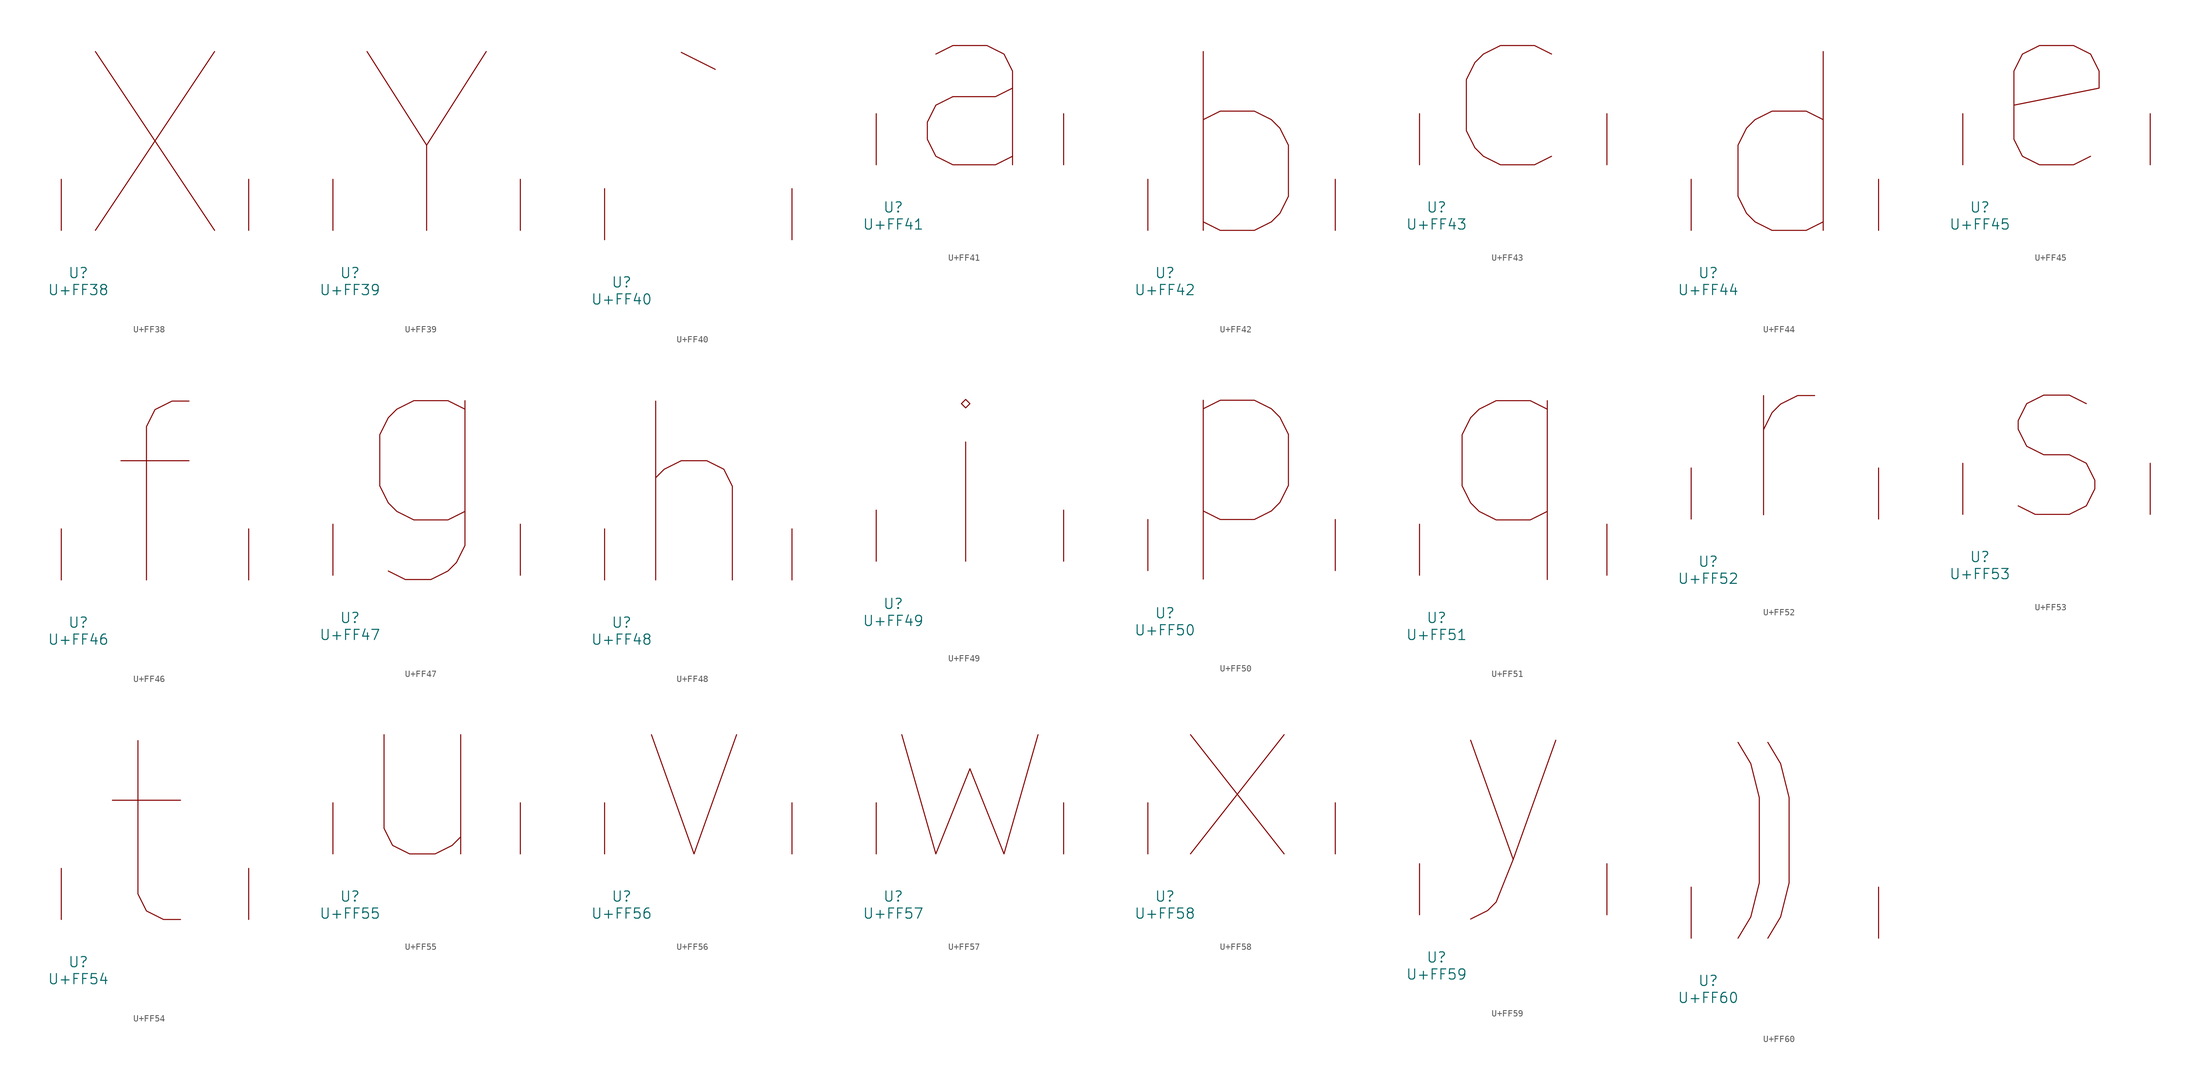
<source format=kicad_sym>
(kicad_symbol_lib
  (version 20231120)
  (generator "kicad_symbol_editor")
  (generator_version "8.0")
  (symbol "U+FF38"
    (pin_names
      (offset 1.016))
    (property "Reference" "U"
      (at 0 -6.35 0)
      (effects (font (size 1.524 1.524))))
    (property "Value" "U+FF38"
      (at 0 -8.89 0)
      (effects (font (size 1.524 1.524))))
    (symbol "U+FF38_0_1"
      (polyline (pts (xy 2.54 26.67) (xy 20.32 0)) (stroke (width 0) (type solid)) (fill (type none)))
      (polyline (pts (xy 20.32 26.67) (xy 2.54 0)) (stroke (width 0) (type solid)) (fill (type none)))
      (pin input line (at -2.54 0 90) (length 7.62) (name "~" (effects (font (size 1.27 1.27)))) (number "~" (effects (font (size 1.27 1.27)))))
      (pin input line (at 25.4 0 90) (length 7.62) (name "~" (effects (font (size 1.27 1.27)))) (number "~" (effects (font (size 1.27 1.27)))))))
  (symbol "U+FF39"
    (pin_names
      (offset 1.016))
    (property "Reference" "U"
      (at 0 -6.35 0)
      (effects (font (size 1.524 1.524))))
    (property "Value" "U+FF39"
      (at 0 -8.89 0)
      (effects (font (size 1.524 1.524))))
    (symbol "U+FF39_0_1"
      (polyline (pts (xy 11.43 12.7) (xy 11.43 0)) (stroke (width 0) (type solid)) (fill (type none)))
      (polyline (pts (xy 2.54 26.67) (xy 11.43 12.7) (xy 20.32 26.67)) (stroke (width 0) (type solid)) (fill (type none)))
      (pin input line (at -2.54 0 90) (length 7.62) (name "~" (effects (font (size 1.27 1.27)))) (number "~" (effects (font (size 1.27 1.27)))))
      (pin input line (at 25.4 0 90) (length 7.62) (name "~" (effects (font (size 1.27 1.27)))) (number "~" (effects (font (size 1.27 1.27)))))))
  (symbol "U+FF40"
    (pin_names
      (offset 1.016))
    (property "Reference" "U"
      (at 0 -6.35 0)
      (effects (font (size 1.524 1.524))))
    (property "Value" "U+FF40"
      (at 0 -8.89 0)
      (effects (font (size 1.524 1.524))))
    (symbol "U+FF40_0_1"
      (polyline (pts (xy 8.89 27.94) (xy 13.97 25.4)) (stroke (width 0) (type solid)) (fill (type none)))
      (pin input line (at -2.54 0 90) (length 7.62) (name "~" (effects (font (size 1.27 1.27)))) (number "~" (effects (font (size 1.27 1.27)))))
      (pin input line (at 25.4 0 90) (length 7.62) (name "~" (effects (font (size 1.27 1.27)))) (number "~" (effects (font (size 1.27 1.27)))))))
  (symbol "U+FF41"
    (pin_names
      (offset 1.016))
    (property "Reference" "U"
      (at 0 -6.35 0)
      (effects (font (size 1.524 1.524))))
    (property "Value" "U+FF41"
      (at 0 -8.89 0)
      (effects (font (size 1.524 1.524))))
    (symbol "U+FF41_0_1"
      (polyline (pts (xy 17.78 0) (xy 17.78 13.97) (xy 16.51 16.51) (xy 13.97 17.78) (xy 8.89 17.78) (xy 6.35 16.51)) (stroke (width 0) (type solid)) (fill (type none)))
      (polyline (pts (xy 17.78 1.27) (xy 15.24 0) (xy 8.89 0) (xy 6.35 1.27) (xy 5.08 3.81) (xy 5.08 6.35) (xy 6.35 8.89) (xy 8.89 10.16) (xy 15.24 10.16) (xy 17.78 11.43)) (stroke (width 0) (type solid)) (fill (type none)))
      (pin input line (at -2.54 0 90) (length 7.62) (name "~" (effects (font (size 1.27 1.27)))) (number "~" (effects (font (size 1.27 1.27)))))
      (pin input line (at 25.4 0 90) (length 7.62) (name "~" (effects (font (size 1.27 1.27)))) (number "~" (effects (font (size 1.27 1.27)))))))
  (symbol "U+FF42"
    (pin_names
      (offset 1.016))
    (property "Reference" "U"
      (at 0 -6.35 0)
      (effects (font (size 1.524 1.524))))
    (property "Value" "U+FF42"
      (at 0 -8.89 0)
      (effects (font (size 1.524 1.524))))
    (symbol "U+FF42_0_1"
      (polyline (pts (xy 5.715 0) (xy 5.715 26.67)) (stroke (width 0) (type solid)) (fill (type none)))
      (polyline (pts (xy 5.715 16.51) (xy 8.255 17.78) (xy 13.335 17.78) (xy 15.875 16.51) (xy 17.145 15.24) (xy 18.415 12.7) (xy 18.415 5.08) (xy 17.145 2.54) (xy 15.875 1.27) (xy 13.335 0) (xy 8.255 0) (xy 5.715 1.27)) (stroke (width 0) (type solid)) (fill (type none)))
      (pin input line (at -2.54 0 90) (length 7.62) (name "~" (effects (font (size 1.27 1.27)))) (number "~" (effects (font (size 1.27 1.27)))))
      (pin input line (at 25.4 0 90) (length 7.62) (name "~" (effects (font (size 1.27 1.27)))) (number "~" (effects (font (size 1.27 1.27)))))))
  (symbol "U+FF43"
    (pin_names
      (offset 1.016))
    (property "Reference" "U"
      (at 0 -6.35 0)
      (effects (font (size 1.524 1.524))))
    (property "Value" "U+FF43"
      (at 0 -8.89 0)
      (effects (font (size 1.524 1.524))))
    (symbol "U+FF43_0_1"
      (polyline (pts (xy 17.145 1.27) (xy 14.605 0) (xy 9.525 0) (xy 6.985 1.27) (xy 5.715 2.54) (xy 4.445 5.08) (xy 4.445 12.7) (xy 5.715 15.24) (xy 6.985 16.51) (xy 9.525 17.78) (xy 14.605 17.78) (xy 17.145 16.51)) (stroke (width 0) (type solid)) (fill (type none)))
      (pin input line (at -2.54 0 90) (length 7.62) (name "~" (effects (font (size 1.27 1.27)))) (number "~" (effects (font (size 1.27 1.27)))))
      (pin input line (at 25.4 0 90) (length 7.62) (name "~" (effects (font (size 1.27 1.27)))) (number "~" (effects (font (size 1.27 1.27)))))))
  (symbol "U+FF44"
    (pin_names
      (offset 1.016))
    (property "Reference" "U"
      (at 0 -6.35 0)
      (effects (font (size 1.524 1.524))))
    (property "Value" "U+FF44"
      (at 0 -8.89 0)
      (effects (font (size 1.524 1.524))))
    (symbol "U+FF44_0_1"
      (polyline (pts (xy 17.145 0) (xy 17.145 26.67)) (stroke (width 0) (type solid)) (fill (type none)))
      (polyline (pts (xy 17.145 1.27) (xy 14.605 0) (xy 9.525 0) (xy 6.985 1.27) (xy 5.715 2.54) (xy 4.445 5.08) (xy 4.445 12.7) (xy 5.715 15.24) (xy 6.985 16.51) (xy 9.525 17.78) (xy 14.605 17.78) (xy 17.145 16.51)) (stroke (width 0) (type solid)) (fill (type none)))
      (pin input line (at -2.54 0 90) (length 7.62) (name "~" (effects (font (size 1.27 1.27)))) (number "~" (effects (font (size 1.27 1.27)))))
      (pin input line (at 25.4 0 90) (length 7.62) (name "~" (effects (font (size 1.27 1.27)))) (number "~" (effects (font (size 1.27 1.27)))))))
  (symbol "U+FF45"
    (pin_names
      (offset 1.016))
    (property "Reference" "U"
      (at 0 -6.35 0)
      (effects (font (size 1.524 1.524))))
    (property "Value" "U+FF45"
      (at 0 -8.89 0)
      (effects (font (size 1.524 1.524))))
    (symbol "U+FF45_0_1"
      (polyline (pts (xy 16.51 1.27) (xy 13.97 0) (xy 8.89 0) (xy 6.35 1.27) (xy 5.08 3.81) (xy 5.08 13.97) (xy 6.35 16.51) (xy 8.89 17.78) (xy 13.97 17.78) (xy 16.51 16.51) (xy 17.78 13.97) (xy 17.78 11.43) (xy 5.08 8.89)) (stroke (width 0) (type solid)) (fill (type none)))
      (pin input line (at -2.54 0 90) (length 7.62) (name "~" (effects (font (size 1.27 1.27)))) (number "~" (effects (font (size 1.27 1.27)))))
      (pin input line (at 25.4 0 90) (length 7.62) (name "~" (effects (font (size 1.27 1.27)))) (number "~" (effects (font (size 1.27 1.27)))))))
  (symbol "U+FF46"
    (pin_names
      (offset 1.016))
    (property "Reference" "U"
      (at 0 -6.35 0)
      (effects (font (size 1.524 1.524))))
    (property "Value" "U+FF46"
      (at 0 -8.89 0)
      (effects (font (size 1.524 1.524))))
    (symbol "U+FF46_0_1"
      (polyline (pts (xy 6.35 17.78) (xy 16.51 17.78)) (stroke (width 0) (type solid)) (fill (type none)))
      (polyline (pts (xy 10.16 0) (xy 10.16 22.86) (xy 11.43 25.4) (xy 13.97 26.67) (xy 16.51 26.67)) (stroke (width 0) (type solid)) (fill (type none)))
      (pin input line (at -2.54 0 90) (length 7.62) (name "~" (effects (font (size 1.27 1.27)))) (number "~" (effects (font (size 1.27 1.27)))))
      (pin input line (at 25.4 0 90) (length 7.62) (name "~" (effects (font (size 1.27 1.27)))) (number "~" (effects (font (size 1.27 1.27)))))))
  (symbol "U+FF47"
    (pin_names
      (offset 1.016))
    (property "Reference" "U"
      (at 0 -6.35 0)
      (effects (font (size 1.524 1.524))))
    (property "Value" "U+FF47"
      (at 0 -8.89 0)
      (effects (font (size 1.524 1.524))))
    (symbol "U+FF47_0_1"
      (polyline (pts (xy 17.145 26.035) (xy 17.145 4.445) (xy 15.875 1.905) (xy 14.605 0.635) (xy 12.065 -0.635) (xy 8.255 -0.635) (xy 5.715 0.635)) (stroke (width 0) (type solid)) (fill (type none)))
      (polyline (pts (xy 17.145 9.525) (xy 14.605 8.255) (xy 9.525 8.255) (xy 6.985 9.525) (xy 5.715 10.795) (xy 4.445 13.335) (xy 4.445 20.955) (xy 5.715 23.495) (xy 6.985 24.765) (xy 9.525 26.035) (xy 14.605 26.035) (xy 17.145 24.765)) (stroke (width 0) (type solid)) (fill (type none)))
      (pin input line (at -2.54 0 90) (length 7.62) (name "~" (effects (font (size 1.27 1.27)))) (number "~" (effects (font (size 1.27 1.27)))))
      (pin input line (at 25.4 0 90) (length 7.62) (name "~" (effects (font (size 1.27 1.27)))) (number "~" (effects (font (size 1.27 1.27)))))))
  (symbol "U+FF48"
    (pin_names
      (offset 1.016))
    (property "Reference" "U"
      (at 0 -6.35 0)
      (effects (font (size 1.524 1.524))))
    (property "Value" "U+FF48"
      (at 0 -8.89 0)
      (effects (font (size 1.524 1.524))))
    (symbol "U+FF48_0_1"
      (polyline (pts (xy 5.08 0) (xy 5.08 26.67)) (stroke (width 0) (type solid)) (fill (type none)))
      (polyline (pts (xy 16.51 0) (xy 16.51 13.97) (xy 15.24 16.51) (xy 12.7 17.78) (xy 8.89 17.78) (xy 6.35 16.51) (xy 5.08 15.24)) (stroke (width 0) (type solid)) (fill (type none)))
      (pin input line (at -2.54 0 90) (length 7.62) (name "~" (effects (font (size 1.27 1.27)))) (number "~" (effects (font (size 1.27 1.27)))))
      (pin input line (at 25.4 0 90) (length 7.62) (name "~" (effects (font (size 1.27 1.27)))) (number "~" (effects (font (size 1.27 1.27)))))))
  (symbol "U+FF49"
    (pin_names
      (offset 1.016))
    (property "Reference" "U"
      (at 0 -6.35 0)
      (effects (font (size 1.524 1.524))))
    (property "Value" "U+FF49"
      (at 0 -8.89 0)
      (effects (font (size 1.524 1.524))))
    (symbol "U+FF49_0_1"
      (polyline (pts (xy 10.795 0) (xy 10.795 17.78)) (stroke (width 0) (type solid)) (fill (type none)))
      (polyline (pts (xy 10.795 24.13) (xy 10.16 23.495) (xy 10.795 22.86) (xy 11.43 23.495) (xy 10.795 24.13)) (stroke (width 0) (type solid)) (fill (type none)))
      (pin input line (at -2.54 0 90) (length 7.62) (name "~" (effects (font (size 1.27 1.27)))) (number "~" (effects (font (size 1.27 1.27)))))
      (pin input line (at 25.4 0 90) (length 7.62) (name "~" (effects (font (size 1.27 1.27)))) (number "~" (effects (font (size 1.27 1.27)))))))
  (symbol "U+FF50"
    (pin_names
      (offset 1.016))
    (property "Reference" "U"
      (at 0 -6.35 0)
      (effects (font (size 1.524 1.524))))
    (property "Value" "U+FF50"
      (at 0 -8.89 0)
      (effects (font (size 1.524 1.524))))
    (symbol "U+FF50_0_1"
      (polyline (pts (xy 5.715 25.4) (xy 5.715 -1.27)) (stroke (width 0) (type solid)) (fill (type none)))
      (polyline (pts (xy 5.715 24.13) (xy 8.255 25.4) (xy 13.335 25.4) (xy 15.875 24.13) (xy 17.145 22.86) (xy 18.415 20.32) (xy 18.415 12.7) (xy 17.145 10.16) (xy 15.875 8.89) (xy 13.335 7.62) (xy 8.255 7.62) (xy 5.715 8.89)) (stroke (width 0) (type solid)) (fill (type none)))
      (pin input line (at -2.54 0 90) (length 7.62) (name "~" (effects (font (size 1.27 1.27)))) (number "~" (effects (font (size 1.27 1.27)))))
      (pin input line (at 25.4 0 90) (length 7.62) (name "~" (effects (font (size 1.27 1.27)))) (number "~" (effects (font (size 1.27 1.27)))))))
  (symbol "U+FF51"
    (pin_names
      (offset 1.016))
    (property "Reference" "U"
      (at 0 -6.35 0)
      (effects (font (size 1.524 1.524))))
    (property "Value" "U+FF51"
      (at 0 -8.89 0)
      (effects (font (size 1.524 1.524))))
    (symbol "U+FF51_0_1"
      (polyline (pts (xy 16.51 26.035) (xy 16.51 -0.635)) (stroke (width 0) (type solid)) (fill (type none)))
      (polyline (pts (xy 16.51 9.525) (xy 13.97 8.255) (xy 8.89 8.255) (xy 6.35 9.525) (xy 5.08 10.795) (xy 3.81 13.335) (xy 3.81 20.955) (xy 5.08 23.495) (xy 6.35 24.765) (xy 8.89 26.035) (xy 13.97 26.035) (xy 16.51 24.765)) (stroke (width 0) (type solid)) (fill (type none)))
      (pin input line (at -2.54 0 90) (length 7.62) (name "~" (effects (font (size 1.27 1.27)))) (number "~" (effects (font (size 1.27 1.27)))))
      (pin input line (at 25.4 0 90) (length 7.62) (name "~" (effects (font (size 1.27 1.27)))) (number "~" (effects (font (size 1.27 1.27)))))))
  (symbol "U+FF52"
    (pin_names
      (offset 1.016))
    (property "Reference" "U"
      (at 0 -6.35 0)
      (effects (font (size 1.524 1.524))))
    (property "Value" "U+FF52"
      (at 0 -8.89 0)
      (effects (font (size 1.524 1.524))))
    (symbol "U+FF52_0_1"
      (polyline (pts (xy 8.255 0.635) (xy 8.255 18.415)) (stroke (width 0) (type solid)) (fill (type none)))
      (polyline (pts (xy 8.255 13.335) (xy 9.525 15.875) (xy 10.795 17.145) (xy 13.335 18.415) (xy 15.875 18.415)) (stroke (width 0) (type solid)) (fill (type none)))
      (pin input line (at -2.54 0 90) (length 7.62) (name "~" (effects (font (size 1.27 1.27)))) (number "~" (effects (font (size 1.27 1.27)))))
      (pin input line (at 25.4 0 90) (length 7.62) (name "~" (effects (font (size 1.27 1.27)))) (number "~" (effects (font (size 1.27 1.27)))))))
  (symbol "U+FF53"
    (pin_names
      (offset 1.016))
    (property "Reference" "U"
      (at 0 -6.35 0)
      (effects (font (size 1.524 1.524))))
    (property "Value" "U+FF53"
      (at 0 -8.89 0)
      (effects (font (size 1.524 1.524))))
    (symbol "U+FF53_0_1"
      (polyline (pts (xy 5.715 1.27) (xy 8.255 0) (xy 13.335 0) (xy 15.875 1.27) (xy 17.145 3.81) (xy 17.145 5.08) (xy 15.875 7.62) (xy 13.335 8.89) (xy 9.525 8.89) (xy 6.985 10.16) (xy 5.715 12.7) (xy 5.715 13.97) (xy 6.985 16.51) (xy 9.525 17.78) (xy 13.335 17.78) (xy 15.875 16.51)) (stroke (width 0) (type solid)) (fill (type none)))
      (pin input line (at -2.54 0 90) (length 7.62) (name "~" (effects (font (size 1.27 1.27)))) (number "~" (effects (font (size 1.27 1.27)))))
      (pin input line (at 25.4 0 90) (length 7.62) (name "~" (effects (font (size 1.27 1.27)))) (number "~" (effects (font (size 1.27 1.27)))))))
  (symbol "U+FF54"
    (pin_names
      (offset 1.016))
    (property "Reference" "U"
      (at 0 -6.35 0)
      (effects (font (size 1.524 1.524))))
    (property "Value" "U+FF54"
      (at 0 -8.89 0)
      (effects (font (size 1.524 1.524))))
    (symbol "U+FF54_0_1"
      (polyline (pts (xy 5.08 17.78) (xy 15.24 17.78)) (stroke (width 0) (type solid)) (fill (type none)))
      (polyline (pts (xy 8.89 26.67) (xy 8.89 3.81) (xy 10.16 1.27) (xy 12.7 0) (xy 15.24 0)) (stroke (width 0) (type solid)) (fill (type none)))
      (pin input line (at -2.54 0 90) (length 7.62) (name "~" (effects (font (size 1.27 1.27)))) (number "~" (effects (font (size 1.27 1.27)))))
      (pin input line (at 25.4 0 90) (length 7.62) (name "~" (effects (font (size 1.27 1.27)))) (number "~" (effects (font (size 1.27 1.27)))))))
  (symbol "U+FF55"
    (pin_names
      (offset 1.016))
    (property "Reference" "U"
      (at 0 -6.35 0)
      (effects (font (size 1.524 1.524))))
    (property "Value" "U+FF55"
      (at 0 -8.89 0)
      (effects (font (size 1.524 1.524))))
    (symbol "U+FF55_0_1"
      (polyline (pts (xy 16.51 17.78) (xy 16.51 0)) (stroke (width 0) (type solid)) (fill (type none)))
      (polyline (pts (xy 5.08 17.78) (xy 5.08 3.81) (xy 6.35 1.27) (xy 8.89 0) (xy 12.7 0) (xy 15.24 1.27) (xy 16.51 2.54)) (stroke (width 0) (type solid)) (fill (type none)))
      (pin input line (at -2.54 0 90) (length 7.62) (name "~" (effects (font (size 1.27 1.27)))) (number "~" (effects (font (size 1.27 1.27)))))
      (pin input line (at 25.4 0 90) (length 7.62) (name "~" (effects (font (size 1.27 1.27)))) (number "~" (effects (font (size 1.27 1.27)))))))
  (symbol "U+FF56"
    (pin_names
      (offset 1.016))
    (property "Reference" "U"
      (at 0 -6.35 0)
      (effects (font (size 1.524 1.524))))
    (property "Value" "U+FF56"
      (at 0 -8.89 0)
      (effects (font (size 1.524 1.524))))
    (symbol "U+FF56_0_1"
      (polyline (pts (xy 4.445 17.78) (xy 10.795 0) (xy 17.145 17.78)) (stroke (width 0) (type solid)) (fill (type none)))
      (pin input line (at -2.54 0 90) (length 7.62) (name "~" (effects (font (size 1.27 1.27)))) (number "~" (effects (font (size 1.27 1.27)))))
      (pin input line (at 25.4 0 90) (length 7.62) (name "~" (effects (font (size 1.27 1.27)))) (number "~" (effects (font (size 1.27 1.27)))))))
  (symbol "U+FF57"
    (pin_names
      (offset 1.016))
    (property "Reference" "U"
      (at 0 -6.35 0)
      (effects (font (size 1.524 1.524))))
    (property "Value" "U+FF57"
      (at 0 -8.89 0)
      (effects (font (size 1.524 1.524))))
    (symbol "U+FF57_0_1"
      (polyline (pts (xy 1.27 17.78) (xy 6.35 0) (xy 11.43 12.7) (xy 16.51 0) (xy 21.59 17.78)) (stroke (width 0) (type solid)) (fill (type none)))
      (pin input line (at -2.54 0 90) (length 7.62) (name "~" (effects (font (size 1.27 1.27)))) (number "~" (effects (font (size 1.27 1.27)))))
      (pin input line (at 25.4 0 90) (length 7.62) (name "~" (effects (font (size 1.27 1.27)))) (number "~" (effects (font (size 1.27 1.27)))))))
  (symbol "U+FF58"
    (pin_names
      (offset 1.016))
    (property "Reference" "U"
      (at 0 -6.35 0)
      (effects (font (size 1.524 1.524))))
    (property "Value" "U+FF58"
      (at 0 -8.89 0)
      (effects (font (size 1.524 1.524))))
    (symbol "U+FF58_0_1"
      (polyline (pts (xy 3.81 0) (xy 17.78 17.78)) (stroke (width 0) (type solid)) (fill (type none)))
      (polyline (pts (xy 3.81 17.78) (xy 17.78 0)) (stroke (width 0) (type solid)) (fill (type none)))
      (pin input line (at -2.54 0 90) (length 7.62) (name "~" (effects (font (size 1.27 1.27)))) (number "~" (effects (font (size 1.27 1.27)))))
      (pin input line (at 25.4 0 90) (length 7.62) (name "~" (effects (font (size 1.27 1.27)))) (number "~" (effects (font (size 1.27 1.27)))))))
  (symbol "U+FF59"
    (pin_names
      (offset 1.016))
    (property "Reference" "U"
      (at 0 -6.35 0)
      (effects (font (size 1.524 1.524))))
    (property "Value" "U+FF59"
      (at 0 -8.89 0)
      (effects (font (size 1.524 1.524))))
    (symbol "U+FF59_0_1"
      (polyline (pts (xy 5.08 26.035) (xy 11.43 8.255)) (stroke (width 0) (type solid)) (fill (type none)))
      (polyline (pts (xy 17.78 26.035) (xy 11.43 8.255) (xy 8.89 1.905) (xy 7.62 0.635) (xy 5.08 -0.635)) (stroke (width 0) (type solid)) (fill (type none)))
      (pin input line (at -2.54 0 90) (length 7.62) (name "~" (effects (font (size 1.27 1.27)))) (number "~" (effects (font (size 1.27 1.27)))))
      (pin input line (at 25.4 0 90) (length 7.62) (name "~" (effects (font (size 1.27 1.27)))) (number "~" (effects (font (size 1.27 1.27)))))))
  (symbol "U+FF60"
    (pin_names
      (offset 1.016))
    (property "Reference" "U"
      (at 0 -6.35 0)
      (effects (font (size 1.524 1.524))))
    (property "Value" "U+FF60"
      (at 0 -8.89 0)
      (effects (font (size 1.524 1.524))))
    (symbol "U+FF60_0_1"
      (polyline (pts (xy 4.445 29.21) (xy 6.35 26.035) (xy 7.62 20.955) (xy 7.62 8.255) (xy 6.35 3.175) (xy 4.445 0)) (stroke (width 0) (type solid)) (fill (type none)))
      (polyline (pts (xy 8.89 29.21) (xy 10.795 26.035) (xy 12.065 20.955) (xy 12.065 8.255) (xy 10.795 3.175) (xy 8.89 0)) (stroke (width 0) (type solid)) (fill (type none)))
      (pin input line (at -2.54 0 90) (length 7.62) (name "~" (effects (font (size 1.27 1.27)))) (number "~" (effects (font (size 1.27 1.27)))))
      (pin input line (at 25.4 0 90) (length 7.62) (name "~" (effects (font (size 1.27 1.27)))) (number "~" (effects (font (size 1.27 1.27))))))))
</source>
